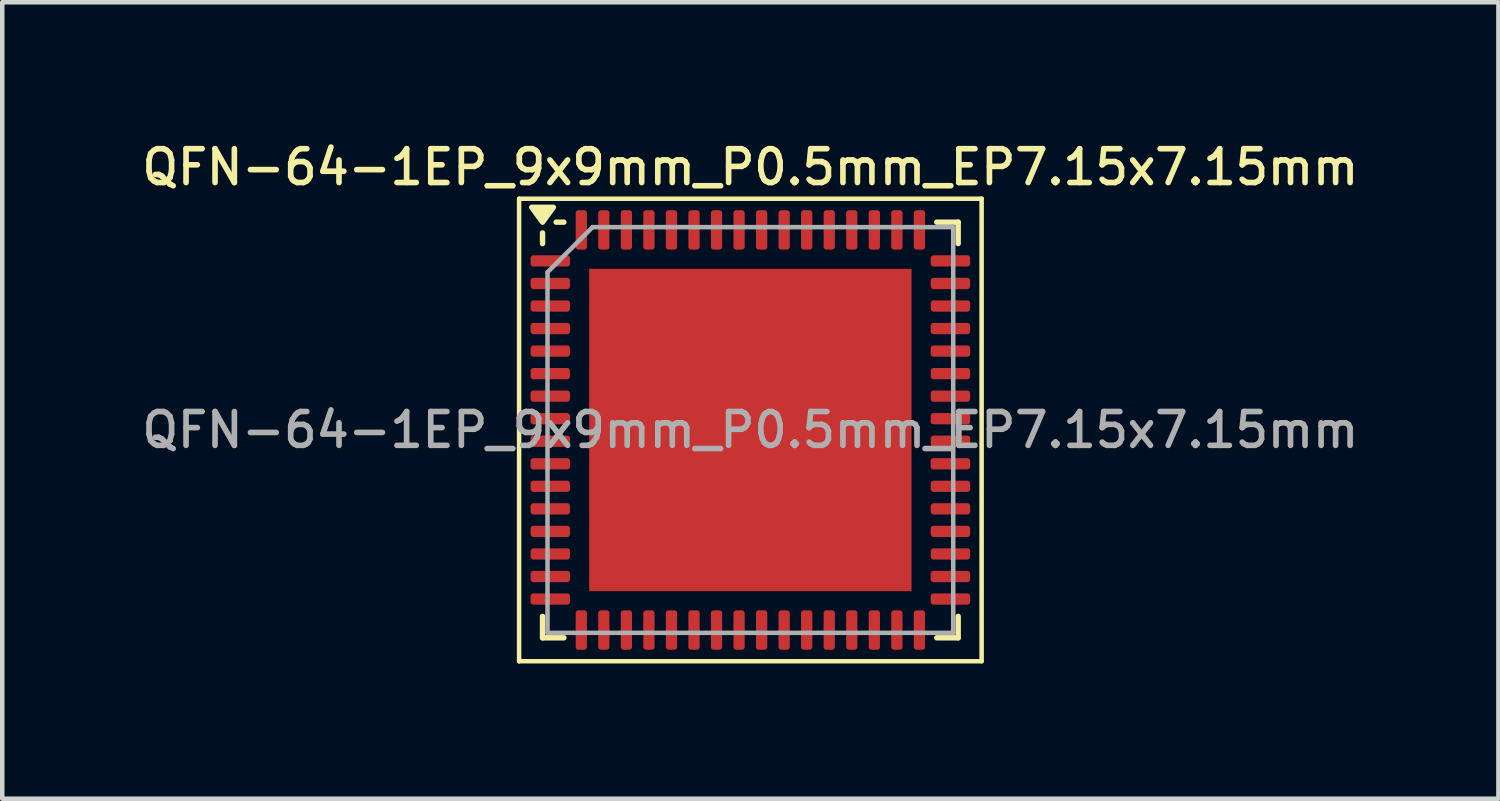
<source format=kicad_pcb>
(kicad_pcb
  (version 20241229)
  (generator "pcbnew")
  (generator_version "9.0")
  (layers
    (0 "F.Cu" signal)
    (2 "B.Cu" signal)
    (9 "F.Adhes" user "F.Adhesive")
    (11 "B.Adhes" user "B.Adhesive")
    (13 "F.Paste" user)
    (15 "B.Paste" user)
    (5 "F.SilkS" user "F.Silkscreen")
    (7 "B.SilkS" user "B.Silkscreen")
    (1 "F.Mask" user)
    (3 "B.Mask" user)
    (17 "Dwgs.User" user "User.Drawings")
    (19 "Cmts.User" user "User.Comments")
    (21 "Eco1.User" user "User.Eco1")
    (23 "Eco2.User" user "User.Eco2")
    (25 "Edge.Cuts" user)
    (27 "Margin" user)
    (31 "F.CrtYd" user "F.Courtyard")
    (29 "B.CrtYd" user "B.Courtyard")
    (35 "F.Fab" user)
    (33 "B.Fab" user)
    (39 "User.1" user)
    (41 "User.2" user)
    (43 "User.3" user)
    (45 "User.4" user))
  (footprint "QFN-64-1EP_9x9mm_P0.5mm_EP7.15x7.15mm"
    (layer "F.Cu")
    (at 13.595 6.488)
    (property "Reference" "QFN-64-1EP_9x9mm_P0.5mm_EP7.15x7.15mm" (at 0 -5.83 0) (layer "F.SilkS") (effects (font (size 0.75 0.75) (thickness 0.125))))
    (attr smd)
    (fp_line (start -5.13 -5.13) (end -5.13 5.13) (stroke (width 0.1) (type solid)) (layer "F.SilkS"))
    (fp_line (start -5.13 5.13) (end 5.13 5.13) (stroke (width 0.1) (type solid)) (layer "F.SilkS"))
    (fp_line (start -4.61 -4.135) (end -4.61 -4.37) (stroke (width 0.12) (type solid)) (layer "F.SilkS"))
    (fp_line (start -4.61 4.61) (end -4.61 4.135) (stroke (width 0.12) (type solid)) (layer "F.SilkS"))
    (fp_line (start -4.135 -4.61) (end -4.31 -4.61) (stroke (width 0.12) (type solid)) (layer "F.SilkS"))
    (fp_line (start -4.135 4.61) (end -4.61 4.61) (stroke (width 0.12) (type solid)) (layer "F.SilkS"))
    (fp_line (start 4.135 -4.61) (end 4.61 -4.61) (stroke (width 0.12) (type solid)) (layer "F.SilkS"))
    (fp_line (start 4.135 4.61) (end 4.61 4.61) (stroke (width 0.12) (type solid)) (layer "F.SilkS"))
    (fp_line (start 4.61 -4.61) (end 4.61 -4.135) (stroke (width 0.12) (type solid)) (layer "F.SilkS"))
    (fp_line (start 4.61 4.61) (end 4.61 4.135) (stroke (width 0.12) (type solid)) (layer "F.SilkS"))
    (fp_line (start 5.13 -5.13) (end -5.13 -5.13) (stroke (width 0.1) (type solid)) (layer "F.SilkS"))
    (fp_line (start 5.13 5.13) (end 5.13 -5.13) (stroke (width 0.1) (type solid)) (layer "F.SilkS"))
    (fp_poly (pts (xy -4.61 -4.61) (xy -4.85 -4.94) (xy -4.37 -4.94) (xy -4.61 -4.61)) (stroke (width 0.12) (type solid)) (fill yes) (layer "F.SilkS"))
    (fp_line (start -4.5 -3.5) (end -3.5 -4.5) (stroke (width 0.1) (type solid)) (layer "F.Fab"))
    (fp_line (start -4.5 4.5) (end -4.5 -3.5) (stroke (width 0.1) (type solid)) (layer "F.Fab"))
    (fp_line (start -3.5 -4.5) (end 4.5 -4.5) (stroke (width 0.1) (type solid)) (layer "F.Fab"))
    (fp_line (start 4.5 -4.5) (end 4.5 4.5) (stroke (width 0.1) (type solid)) (layer "F.Fab"))
    (fp_line (start 4.5 4.5) (end -4.5 4.5) (stroke (width 0.1) (type solid)) (layer "F.Fab"))
    (fp_text user "${REFERENCE}" (at 0 0 0) (layer "F.Fab") (effects (font (size 0.75 0.75) (thickness 0.125))))
    (pad "" smd roundrect (at -2.86 -2.86) (size 1.15 1.15) (layers "F.Paste") (roundrect_rratio 0.217))
    (pad "" smd roundrect (at -2.86 -1.43) (size 1.15 1.15) (layers "F.Paste") (roundrect_rratio 0.217))
    (pad "" smd roundrect (at -2.86 0) (size 1.15 1.15) (layers "F.Paste") (roundrect_rratio 0.217))
    (pad "" smd roundrect (at -2.86 1.43) (size 1.15 1.15) (layers "F.Paste") (roundrect_rratio 0.217))
    (pad "" smd roundrect (at -2.86 2.86) (size 1.15 1.15) (layers "F.Paste") (roundrect_rratio 0.217))
    (pad "" smd roundrect (at -1.43 -2.86) (size 1.15 1.15) (layers "F.Paste") (roundrect_rratio 0.217))
    (pad "" smd roundrect (at -1.43 -1.43) (size 1.15 1.15) (layers "F.Paste") (roundrect_rratio 0.217))
    (pad "" smd roundrect (at -1.43 0) (size 1.15 1.15) (layers "F.Paste") (roundrect_rratio 0.217))
    (pad "" smd roundrect (at -1.43 1.43) (size 1.15 1.15) (layers "F.Paste") (roundrect_rratio 0.217))
    (pad "" smd roundrect (at -1.43 2.86) (size 1.15 1.15) (layers "F.Paste") (roundrect_rratio 0.217))
    (pad "" smd roundrect (at 0 -2.86) (size 1.15 1.15) (layers "F.Paste") (roundrect_rratio 0.217))
    (pad "" smd roundrect (at 0 -1.43) (size 1.15 1.15) (layers "F.Paste") (roundrect_rratio 0.217))
    (pad "" smd roundrect (at 0 0) (size 1.15 1.15) (layers "F.Paste") (roundrect_rratio 0.217))
    (pad "" smd roundrect (at 0 1.43) (size 1.15 1.15) (layers "F.Paste") (roundrect_rratio 0.217))
    (pad "" smd roundrect (at 0 2.86) (size 1.15 1.15) (layers "F.Paste") (roundrect_rratio 0.217))
    (pad "" smd roundrect (at 1.43 -2.86) (size 1.15 1.15) (layers "F.Paste") (roundrect_rratio 0.217))
    (pad "" smd roundrect (at 1.43 -1.43) (size 1.15 1.15) (layers "F.Paste") (roundrect_rratio 0.217))
    (pad "" smd roundrect (at 1.43 0) (size 1.15 1.15) (layers "F.Paste") (roundrect_rratio 0.217))
    (pad "" smd roundrect (at 1.43 1.43) (size 1.15 1.15) (layers "F.Paste") (roundrect_rratio 0.217))
    (pad "" smd roundrect (at 1.43 2.86) (size 1.15 1.15) (layers "F.Paste") (roundrect_rratio 0.217))
    (pad "" smd roundrect (at 2.86 -2.86) (size 1.15 1.15) (layers "F.Paste") (roundrect_rratio 0.217))
    (pad "" smd roundrect (at 2.86 -1.43) (size 1.15 1.15) (layers "F.Paste") (roundrect_rratio 0.217))
    (pad "" smd roundrect (at 2.86 0) (size 1.15 1.15) (layers "F.Paste") (roundrect_rratio 0.217))
    (pad "" smd roundrect (at 2.86 1.43) (size 1.15 1.15) (layers "F.Paste") (roundrect_rratio 0.217))
    (pad "" smd roundrect (at 2.86 2.86) (size 1.15 1.15) (layers "F.Paste") (roundrect_rratio 0.217))
    (pad "1" smd roundrect (at -4.438 -3.75) (size 0.875 0.25) (layers "F.Cu" "F.Mask" "F.Paste") (roundrect_rratio 0.25))
    (pad "2" smd roundrect (at -4.438 -3.25) (size 0.875 0.25) (layers "F.Cu" "F.Mask" "F.Paste") (roundrect_rratio 0.25))
    (pad "3" smd roundrect (at -4.438 -2.75) (size 0.875 0.25) (layers "F.Cu" "F.Mask" "F.Paste") (roundrect_rratio 0.25))
    (pad "4" smd roundrect (at -4.438 -2.25) (size 0.875 0.25) (layers "F.Cu" "F.Mask" "F.Paste") (roundrect_rratio 0.25))
    (pad "5" smd roundrect (at -4.438 -1.75) (size 0.875 0.25) (layers "F.Cu" "F.Mask" "F.Paste") (roundrect_rratio 0.25))
    (pad "6" smd roundrect (at -4.438 -1.25) (size 0.875 0.25) (layers "F.Cu" "F.Mask" "F.Paste") (roundrect_rratio 0.25))
    (pad "7" smd roundrect (at -4.438 -0.75) (size 0.875 0.25) (layers "F.Cu" "F.Mask" "F.Paste") (roundrect_rratio 0.25))
    (pad "8" smd roundrect (at -4.438 -0.25) (size 0.875 0.25) (layers "F.Cu" "F.Mask" "F.Paste") (roundrect_rratio 0.25))
    (pad "9" smd roundrect (at -4.438 0.25) (size 0.875 0.25) (layers "F.Cu" "F.Mask" "F.Paste") (roundrect_rratio 0.25))
    (pad "10" smd roundrect (at -4.438 0.75) (size 0.875 0.25) (layers "F.Cu" "F.Mask" "F.Paste") (roundrect_rratio 0.25))
    (pad "11" smd roundrect (at -4.438 1.25) (size 0.875 0.25) (layers "F.Cu" "F.Mask" "F.Paste") (roundrect_rratio 0.25))
    (pad "12" smd roundrect (at -4.438 1.75) (size 0.875 0.25) (layers "F.Cu" "F.Mask" "F.Paste") (roundrect_rratio 0.25))
    (pad "13" smd roundrect (at -4.438 2.25) (size 0.875 0.25) (layers "F.Cu" "F.Mask" "F.Paste") (roundrect_rratio 0.25))
    (pad "14" smd roundrect (at -4.438 2.75) (size 0.875 0.25) (layers "F.Cu" "F.Mask" "F.Paste") (roundrect_rratio 0.25))
    (pad "15" smd roundrect (at -4.438 3.25) (size 0.875 0.25) (layers "F.Cu" "F.Mask" "F.Paste") (roundrect_rratio 0.25))
    (pad "16" smd roundrect (at -4.438 3.75) (size 0.875 0.25) (layers "F.Cu" "F.Mask" "F.Paste") (roundrect_rratio 0.25))
    (pad "17" smd roundrect (at -3.75 4.438) (size 0.25 0.875) (layers "F.Cu" "F.Mask" "F.Paste") (roundrect_rratio 0.25))
    (pad "18" smd roundrect (at -3.25 4.438) (size 0.25 0.875) (layers "F.Cu" "F.Mask" "F.Paste") (roundrect_rratio 0.25))
    (pad "19" smd roundrect (at -2.75 4.438) (size 0.25 0.875) (layers "F.Cu" "F.Mask" "F.Paste") (roundrect_rratio 0.25))
    (pad "20" smd roundrect (at -2.25 4.438) (size 0.25 0.875) (layers "F.Cu" "F.Mask" "F.Paste") (roundrect_rratio 0.25))
    (pad "21" smd roundrect (at -1.75 4.438) (size 0.25 0.875) (layers "F.Cu" "F.Mask" "F.Paste") (roundrect_rratio 0.25))
    (pad "22" smd roundrect (at -1.25 4.438) (size 0.25 0.875) (layers "F.Cu" "F.Mask" "F.Paste") (roundrect_rratio 0.25))
    (pad "23" smd roundrect (at -0.75 4.438) (size 0.25 0.875) (layers "F.Cu" "F.Mask" "F.Paste") (roundrect_rratio 0.25))
    (pad "24" smd roundrect (at -0.25 4.438) (size 0.25 0.875) (layers "F.Cu" "F.Mask" "F.Paste") (roundrect_rratio 0.25))
    (pad "25" smd roundrect (at 0.25 4.438) (size 0.25 0.875) (layers "F.Cu" "F.Mask" "F.Paste") (roundrect_rratio 0.25))
    (pad "26" smd roundrect (at 0.75 4.438) (size 0.25 0.875) (layers "F.Cu" "F.Mask" "F.Paste") (roundrect_rratio 0.25))
    (pad "27" smd roundrect (at 1.25 4.438) (size 0.25 0.875) (layers "F.Cu" "F.Mask" "F.Paste") (roundrect_rratio 0.25))
    (pad "28" smd roundrect (at 1.75 4.438) (size 0.25 0.875) (layers "F.Cu" "F.Mask" "F.Paste") (roundrect_rratio 0.25))
    (pad "29" smd roundrect (at 2.25 4.438) (size 0.25 0.875) (layers "F.Cu" "F.Mask" "F.Paste") (roundrect_rratio 0.25))
    (pad "30" smd roundrect (at 2.75 4.438) (size 0.25 0.875) (layers "F.Cu" "F.Mask" "F.Paste") (roundrect_rratio 0.25))
    (pad "31" smd roundrect (at 3.25 4.438) (size 0.25 0.875) (layers "F.Cu" "F.Mask" "F.Paste") (roundrect_rratio 0.25))
    (pad "32" smd roundrect (at 3.75 4.438) (size 0.25 0.875) (layers "F.Cu" "F.Mask" "F.Paste") (roundrect_rratio 0.25))
    (pad "33" smd roundrect (at 4.438 3.75) (size 0.875 0.25) (layers "F.Cu" "F.Mask" "F.Paste") (roundrect_rratio 0.25))
    (pad "34" smd roundrect (at 4.438 3.25) (size 0.875 0.25) (layers "F.Cu" "F.Mask" "F.Paste") (roundrect_rratio 0.25))
    (pad "35" smd roundrect (at 4.438 2.75) (size 0.875 0.25) (layers "F.Cu" "F.Mask" "F.Paste") (roundrect_rratio 0.25))
    (pad "36" smd roundrect (at 4.438 2.25) (size 0.875 0.25) (layers "F.Cu" "F.Mask" "F.Paste") (roundrect_rratio 0.25))
    (pad "37" smd roundrect (at 4.438 1.75) (size 0.875 0.25) (layers "F.Cu" "F.Mask" "F.Paste") (roundrect_rratio 0.25))
    (pad "38" smd roundrect (at 4.438 1.25) (size 0.875 0.25) (layers "F.Cu" "F.Mask" "F.Paste") (roundrect_rratio 0.25))
    (pad "39" smd roundrect (at 4.438 0.75) (size 0.875 0.25) (layers "F.Cu" "F.Mask" "F.Paste") (roundrect_rratio 0.25))
    (pad "40" smd roundrect (at 4.438 0.25) (size 0.875 0.25) (layers "F.Cu" "F.Mask" "F.Paste") (roundrect_rratio 0.25))
    (pad "41" smd roundrect (at 4.438 -0.25) (size 0.875 0.25) (layers "F.Cu" "F.Mask" "F.Paste") (roundrect_rratio 0.25))
    (pad "42" smd roundrect (at 4.438 -0.75) (size 0.875 0.25) (layers "F.Cu" "F.Mask" "F.Paste") (roundrect_rratio 0.25))
    (pad "43" smd roundrect (at 4.438 -1.25) (size 0.875 0.25) (layers "F.Cu" "F.Mask" "F.Paste") (roundrect_rratio 0.25))
    (pad "44" smd roundrect (at 4.438 -1.75) (size 0.875 0.25) (layers "F.Cu" "F.Mask" "F.Paste") (roundrect_rratio 0.25))
    (pad "45" smd roundrect (at 4.438 -2.25) (size 0.875 0.25) (layers "F.Cu" "F.Mask" "F.Paste") (roundrect_rratio 0.25))
    (pad "46" smd roundrect (at 4.438 -2.75) (size 0.875 0.25) (layers "F.Cu" "F.Mask" "F.Paste") (roundrect_rratio 0.25))
    (pad "47" smd roundrect (at 4.438 -3.25) (size 0.875 0.25) (layers "F.Cu" "F.Mask" "F.Paste") (roundrect_rratio 0.25))
    (pad "48" smd roundrect (at 4.438 -3.75) (size 0.875 0.25) (layers "F.Cu" "F.Mask" "F.Paste") (roundrect_rratio 0.25))
    (pad "49" smd roundrect (at 3.75 -4.438) (size 0.25 0.875) (layers "F.Cu" "F.Mask" "F.Paste") (roundrect_rratio 0.25))
    (pad "50" smd roundrect (at 3.25 -4.438) (size 0.25 0.875) (layers "F.Cu" "F.Mask" "F.Paste") (roundrect_rratio 0.25))
    (pad "51" smd roundrect (at 2.75 -4.438) (size 0.25 0.875) (layers "F.Cu" "F.Mask" "F.Paste") (roundrect_rratio 0.25))
    (pad "52" smd roundrect (at 2.25 -4.438) (size 0.25 0.875) (layers "F.Cu" "F.Mask" "F.Paste") (roundrect_rratio 0.25))
    (pad "53" smd roundrect (at 1.75 -4.438) (size 0.25 0.875) (layers "F.Cu" "F.Mask" "F.Paste") (roundrect_rratio 0.25))
    (pad "54" smd roundrect (at 1.25 -4.438) (size 0.25 0.875) (layers "F.Cu" "F.Mask" "F.Paste") (roundrect_rratio 0.25))
    (pad "55" smd roundrect (at 0.75 -4.438) (size 0.25 0.875) (layers "F.Cu" "F.Mask" "F.Paste") (roundrect_rratio 0.25))
    (pad "56" smd roundrect (at 0.25 -4.438) (size 0.25 0.875) (layers "F.Cu" "F.Mask" "F.Paste") (roundrect_rratio 0.25))
    (pad "57" smd roundrect (at -0.25 -4.438) (size 0.25 0.875) (layers "F.Cu" "F.Mask" "F.Paste") (roundrect_rratio 0.25))
    (pad "58" smd roundrect (at -0.75 -4.438) (size 0.25 0.875) (layers "F.Cu" "F.Mask" "F.Paste") (roundrect_rratio 0.25))
    (pad "59" smd roundrect (at -1.25 -4.438) (size 0.25 0.875) (layers "F.Cu" "F.Mask" "F.Paste") (roundrect_rratio 0.25))
    (pad "60" smd roundrect (at -1.75 -4.438) (size 0.25 0.875) (layers "F.Cu" "F.Mask" "F.Paste") (roundrect_rratio 0.25))
    (pad "61" smd roundrect (at -2.25 -4.438) (size 0.25 0.875) (layers "F.Cu" "F.Mask" "F.Paste") (roundrect_rratio 0.25))
    (pad "62" smd roundrect (at -2.75 -4.438) (size 0.25 0.875) (layers "F.Cu" "F.Mask" "F.Paste") (roundrect_rratio 0.25))
    (pad "63" smd roundrect (at -3.25 -4.438) (size 0.25 0.875) (layers "F.Cu" "F.Mask" "F.Paste") (roundrect_rratio 0.25))
    (pad "64" smd roundrect (at -3.75 -4.438) (size 0.25 0.875) (layers "F.Cu" "F.Mask" "F.Paste") (roundrect_rratio 0.25))
    (pad "65" smd rect (at 0 0) (size 7.15 7.15) (property pad_prop_heatsink) (layers "F.Cu" "F.Mask")))
  (gr_rect
    (start -3 -3)
    (end 30.189 14.668)
    (stroke (width 0.1) (type default))
    (fill no)
    (layer "Edge.Cuts")))
</source>
